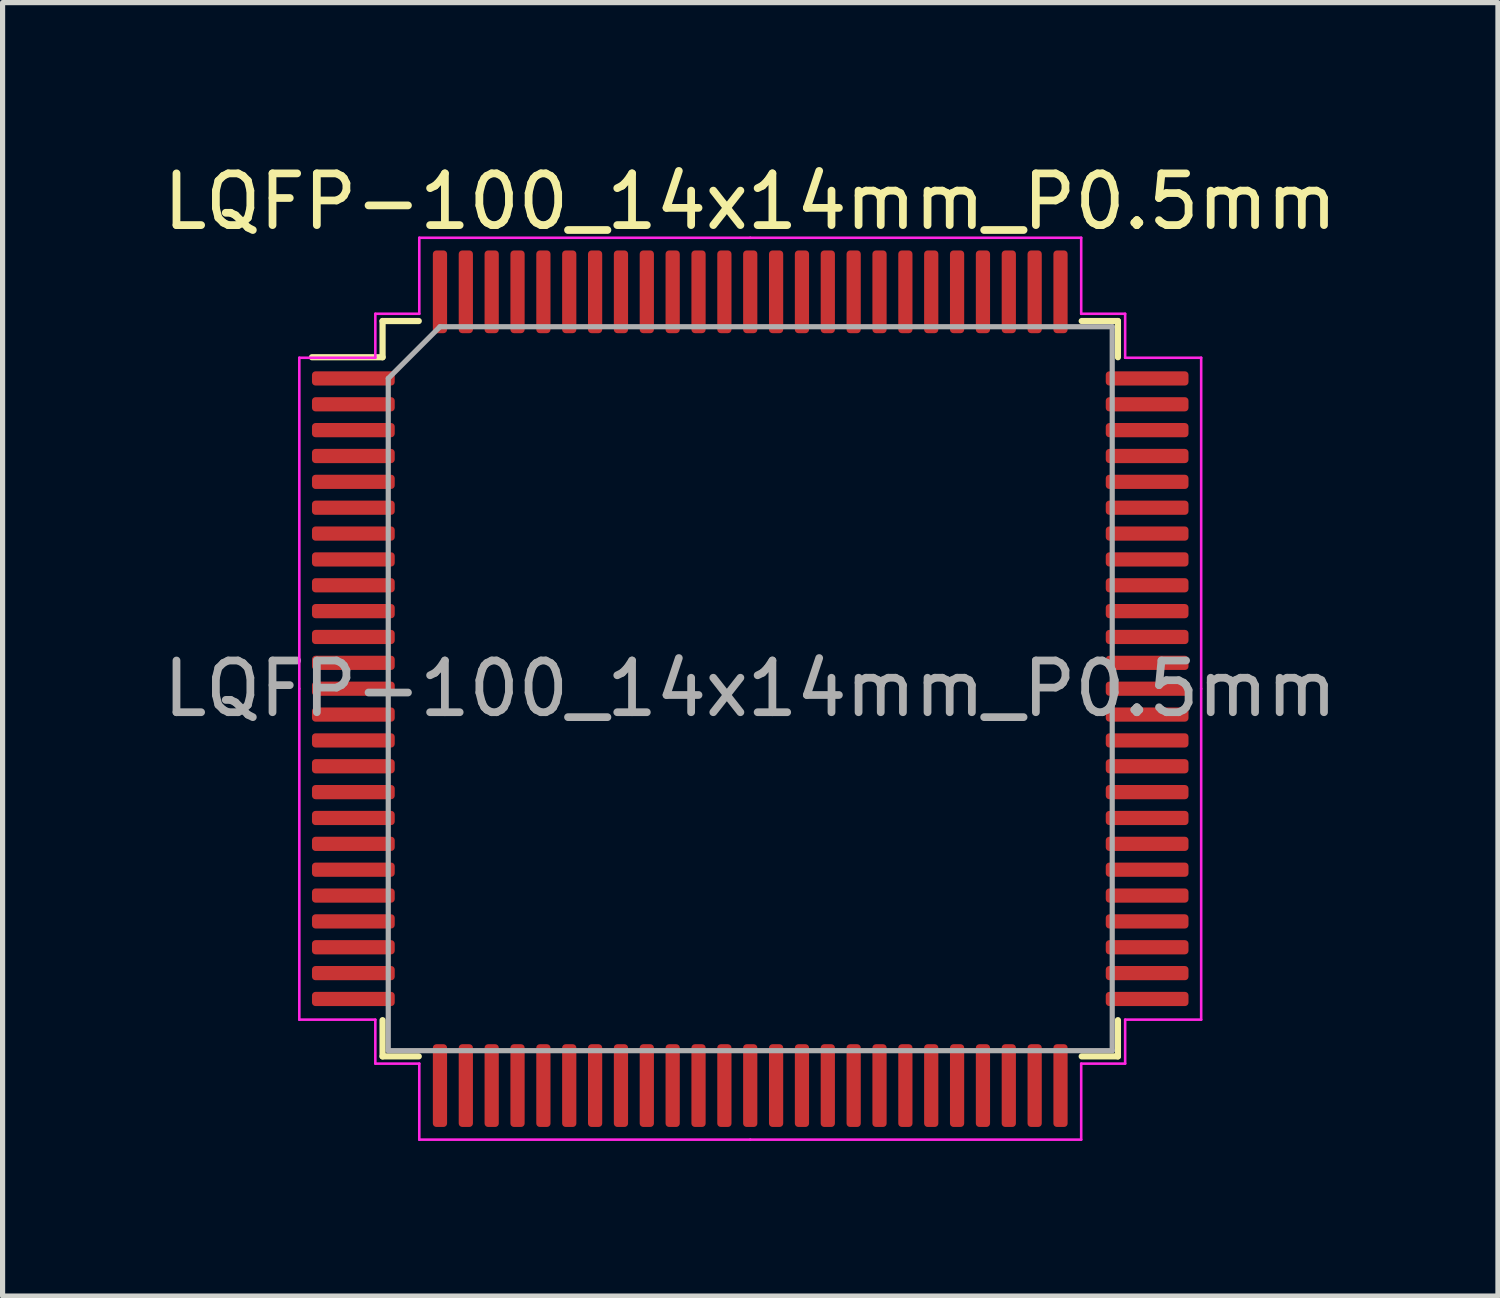
<source format=kicad_pcb>
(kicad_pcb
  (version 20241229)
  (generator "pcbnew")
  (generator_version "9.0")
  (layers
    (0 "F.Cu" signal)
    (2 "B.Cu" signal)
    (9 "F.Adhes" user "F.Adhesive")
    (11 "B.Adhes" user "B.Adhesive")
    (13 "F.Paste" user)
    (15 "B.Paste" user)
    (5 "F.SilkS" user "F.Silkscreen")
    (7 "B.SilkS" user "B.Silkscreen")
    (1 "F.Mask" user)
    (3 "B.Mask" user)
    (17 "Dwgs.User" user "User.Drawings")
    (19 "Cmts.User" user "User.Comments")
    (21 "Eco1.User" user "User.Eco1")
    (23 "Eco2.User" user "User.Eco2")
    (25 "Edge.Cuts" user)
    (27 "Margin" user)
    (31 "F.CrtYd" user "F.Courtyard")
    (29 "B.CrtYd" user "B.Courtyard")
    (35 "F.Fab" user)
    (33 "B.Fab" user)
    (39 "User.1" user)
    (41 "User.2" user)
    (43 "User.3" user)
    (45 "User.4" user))
  (footprint "LQFP-100_14x14mm_P0.5mm"
    (layer "F.Cu")
    (at 11.458 10.268)
    (property "Reference" "LQFP-100_14x14mm_P0.5mm" (at 0 -9.42 0) (layer "F.SilkS") (effects (font (size 1 1) (thickness 0.15))))
    (attr smd)
    (fp_line (start -7.11 -7.11) (end -7.11 -6.41) (stroke (width 0.12) (type solid)) (layer "F.SilkS"))
    (fp_line (start -7.11 -6.41) (end -8.475 -6.41) (stroke (width 0.12) (type solid)) (layer "F.SilkS"))
    (fp_line (start -7.11 7.11) (end -7.11 6.41) (stroke (width 0.12) (type solid)) (layer "F.SilkS"))
    (fp_line (start -6.41 -7.11) (end -7.11 -7.11) (stroke (width 0.12) (type solid)) (layer "F.SilkS"))
    (fp_line (start -6.41 7.11) (end -7.11 7.11) (stroke (width 0.12) (type solid)) (layer "F.SilkS"))
    (fp_line (start 6.41 -7.11) (end 7.11 -7.11) (stroke (width 0.12) (type solid)) (layer "F.SilkS"))
    (fp_line (start 6.41 7.11) (end 7.11 7.11) (stroke (width 0.12) (type solid)) (layer "F.SilkS"))
    (fp_line (start 7.11 -7.11) (end 7.11 -6.41) (stroke (width 0.12) (type solid)) (layer "F.SilkS"))
    (fp_line (start 7.11 7.11) (end 7.11 6.41) (stroke (width 0.12) (type solid)) (layer "F.SilkS"))
    (fp_line (start -8.72 -6.4) (end -8.72 0) (stroke (width 0.05) (type solid)) (layer "F.CrtYd"))
    (fp_line (start -8.72 6.4) (end -8.72 0) (stroke (width 0.05) (type solid)) (layer "F.CrtYd"))
    (fp_line (start -7.25 -7.25) (end -7.25 -6.4) (stroke (width 0.05) (type solid)) (layer "F.CrtYd"))
    (fp_line (start -7.25 -6.4) (end -8.72 -6.4) (stroke (width 0.05) (type solid)) (layer "F.CrtYd"))
    (fp_line (start -7.25 6.4) (end -8.72 6.4) (stroke (width 0.05) (type solid)) (layer "F.CrtYd"))
    (fp_line (start -7.25 7.25) (end -7.25 6.4) (stroke (width 0.05) (type solid)) (layer "F.CrtYd"))
    (fp_line (start -6.4 -8.72) (end -6.4 -7.25) (stroke (width 0.05) (type solid)) (layer "F.CrtYd"))
    (fp_line (start -6.4 -7.25) (end -7.25 -7.25) (stroke (width 0.05) (type solid)) (layer "F.CrtYd"))
    (fp_line (start -6.4 7.25) (end -7.25 7.25) (stroke (width 0.05) (type solid)) (layer "F.CrtYd"))
    (fp_line (start -6.4 8.72) (end -6.4 7.25) (stroke (width 0.05) (type solid)) (layer "F.CrtYd"))
    (fp_line (start 0 -8.72) (end -6.4 -8.72) (stroke (width 0.05) (type solid)) (layer "F.CrtYd"))
    (fp_line (start 0 -8.72) (end 6.4 -8.72) (stroke (width 0.05) (type solid)) (layer "F.CrtYd"))
    (fp_line (start 0 8.72) (end -6.4 8.72) (stroke (width 0.05) (type solid)) (layer "F.CrtYd"))
    (fp_line (start 0 8.72) (end 6.4 8.72) (stroke (width 0.05) (type solid)) (layer "F.CrtYd"))
    (fp_line (start 6.4 -8.72) (end 6.4 -7.25) (stroke (width 0.05) (type solid)) (layer "F.CrtYd"))
    (fp_line (start 6.4 -7.25) (end 7.25 -7.25) (stroke (width 0.05) (type solid)) (layer "F.CrtYd"))
    (fp_line (start 6.4 7.25) (end 7.25 7.25) (stroke (width 0.05) (type solid)) (layer "F.CrtYd"))
    (fp_line (start 6.4 8.72) (end 6.4 7.25) (stroke (width 0.05) (type solid)) (layer "F.CrtYd"))
    (fp_line (start 7.25 -7.25) (end 7.25 -6.4) (stroke (width 0.05) (type solid)) (layer "F.CrtYd"))
    (fp_line (start 7.25 -6.4) (end 8.72 -6.4) (stroke (width 0.05) (type solid)) (layer "F.CrtYd"))
    (fp_line (start 7.25 6.4) (end 8.72 6.4) (stroke (width 0.05) (type solid)) (layer "F.CrtYd"))
    (fp_line (start 7.25 7.25) (end 7.25 6.4) (stroke (width 0.05) (type solid)) (layer "F.CrtYd"))
    (fp_line (start 8.72 -6.4) (end 8.72 0) (stroke (width 0.05) (type solid)) (layer "F.CrtYd"))
    (fp_line (start 8.72 6.4) (end 8.72 0) (stroke (width 0.05) (type solid)) (layer "F.CrtYd"))
    (fp_line (start -7 -6) (end -6 -7) (stroke (width 0.1) (type solid)) (layer "F.Fab"))
    (fp_line (start -7 7) (end -7 -6) (stroke (width 0.1) (type solid)) (layer "F.Fab"))
    (fp_line (start -6 -7) (end 7 -7) (stroke (width 0.1) (type solid)) (layer "F.Fab"))
    (fp_line (start 7 -7) (end 7 7) (stroke (width 0.1) (type solid)) (layer "F.Fab"))
    (fp_line (start 7 7) (end -7 7) (stroke (width 0.1) (type solid)) (layer "F.Fab"))
    (fp_text user "${REFERENCE}" (at 0 0 0) (layer "F.Fab") (effects (font (size 1 1) (thickness 0.15))))
    (pad "1" smd roundrect (at -7.675 -6) (size 1.6 0.275) (layers "F.Cu" "F.Mask" "F.Paste") (roundrect_rratio 0.25))
    (pad "2" smd roundrect (at -7.675 -5.5) (size 1.6 0.275) (layers "F.Cu" "F.Mask" "F.Paste") (roundrect_rratio 0.25))
    (pad "3" smd roundrect (at -7.675 -5) (size 1.6 0.275) (layers "F.Cu" "F.Mask" "F.Paste") (roundrect_rratio 0.25))
    (pad "4" smd roundrect (at -7.675 -4.5) (size 1.6 0.275) (layers "F.Cu" "F.Mask" "F.Paste") (roundrect_rratio 0.25))
    (pad "5" smd roundrect (at -7.675 -4) (size 1.6 0.275) (layers "F.Cu" "F.Mask" "F.Paste") (roundrect_rratio 0.25))
    (pad "6" smd roundrect (at -7.675 -3.5) (size 1.6 0.275) (layers "F.Cu" "F.Mask" "F.Paste") (roundrect_rratio 0.25))
    (pad "7" smd roundrect (at -7.675 -3) (size 1.6 0.275) (layers "F.Cu" "F.Mask" "F.Paste") (roundrect_rratio 0.25))
    (pad "8" smd roundrect (at -7.675 -2.5) (size 1.6 0.275) (layers "F.Cu" "F.Mask" "F.Paste") (roundrect_rratio 0.25))
    (pad "9" smd roundrect (at -7.675 -2) (size 1.6 0.275) (layers "F.Cu" "F.Mask" "F.Paste") (roundrect_rratio 0.25))
    (pad "10" smd roundrect (at -7.675 -1.5) (size 1.6 0.275) (layers "F.Cu" "F.Mask" "F.Paste") (roundrect_rratio 0.25))
    (pad "11" smd roundrect (at -7.675 -1) (size 1.6 0.275) (layers "F.Cu" "F.Mask" "F.Paste") (roundrect_rratio 0.25))
    (pad "12" smd roundrect (at -7.675 -0.5) (size 1.6 0.275) (layers "F.Cu" "F.Mask" "F.Paste") (roundrect_rratio 0.25))
    (pad "13" smd roundrect (at -7.675 0) (size 1.6 0.275) (layers "F.Cu" "F.Mask" "F.Paste") (roundrect_rratio 0.25))
    (pad "14" smd roundrect (at -7.675 0.5) (size 1.6 0.275) (layers "F.Cu" "F.Mask" "F.Paste") (roundrect_rratio 0.25))
    (pad "15" smd roundrect (at -7.675 1) (size 1.6 0.275) (layers "F.Cu" "F.Mask" "F.Paste") (roundrect_rratio 0.25))
    (pad "16" smd roundrect (at -7.675 1.5) (size 1.6 0.275) (layers "F.Cu" "F.Mask" "F.Paste") (roundrect_rratio 0.25))
    (pad "17" smd roundrect (at -7.675 2) (size 1.6 0.275) (layers "F.Cu" "F.Mask" "F.Paste") (roundrect_rratio 0.25))
    (pad "18" smd roundrect (at -7.675 2.5) (size 1.6 0.275) (layers "F.Cu" "F.Mask" "F.Paste") (roundrect_rratio 0.25))
    (pad "19" smd roundrect (at -7.675 3) (size 1.6 0.275) (layers "F.Cu" "F.Mask" "F.Paste") (roundrect_rratio 0.25))
    (pad "20" smd roundrect (at -7.675 3.5) (size 1.6 0.275) (layers "F.Cu" "F.Mask" "F.Paste") (roundrect_rratio 0.25))
    (pad "21" smd roundrect (at -7.675 4) (size 1.6 0.275) (layers "F.Cu" "F.Mask" "F.Paste") (roundrect_rratio 0.25))
    (pad "22" smd roundrect (at -7.675 4.5) (size 1.6 0.275) (layers "F.Cu" "F.Mask" "F.Paste") (roundrect_rratio 0.25))
    (pad "23" smd roundrect (at -7.675 5) (size 1.6 0.275) (layers "F.Cu" "F.Mask" "F.Paste") (roundrect_rratio 0.25))
    (pad "24" smd roundrect (at -7.675 5.5) (size 1.6 0.275) (layers "F.Cu" "F.Mask" "F.Paste") (roundrect_rratio 0.25))
    (pad "25" smd roundrect (at -7.675 6) (size 1.6 0.275) (layers "F.Cu" "F.Mask" "F.Paste") (roundrect_rratio 0.25))
    (pad "26" smd roundrect (at -6 7.675) (size 0.275 1.6) (layers "F.Cu" "F.Mask" "F.Paste") (roundrect_rratio 0.25))
    (pad "27" smd roundrect (at -5.5 7.675) (size 0.275 1.6) (layers "F.Cu" "F.Mask" "F.Paste") (roundrect_rratio 0.25))
    (pad "28" smd roundrect (at -5 7.675) (size 0.275 1.6) (layers "F.Cu" "F.Mask" "F.Paste") (roundrect_rratio 0.25))
    (pad "29" smd roundrect (at -4.5 7.675) (size 0.275 1.6) (layers "F.Cu" "F.Mask" "F.Paste") (roundrect_rratio 0.25))
    (pad "30" smd roundrect (at -4 7.675) (size 0.275 1.6) (layers "F.Cu" "F.Mask" "F.Paste") (roundrect_rratio 0.25))
    (pad "31" smd roundrect (at -3.5 7.675) (size 0.275 1.6) (layers "F.Cu" "F.Mask" "F.Paste") (roundrect_rratio 0.25))
    (pad "32" smd roundrect (at -3 7.675) (size 0.275 1.6) (layers "F.Cu" "F.Mask" "F.Paste") (roundrect_rratio 0.25))
    (pad "33" smd roundrect (at -2.5 7.675) (size 0.275 1.6) (layers "F.Cu" "F.Mask" "F.Paste") (roundrect_rratio 0.25))
    (pad "34" smd roundrect (at -2 7.675) (size 0.275 1.6) (layers "F.Cu" "F.Mask" "F.Paste") (roundrect_rratio 0.25))
    (pad "35" smd roundrect (at -1.5 7.675) (size 0.275 1.6) (layers "F.Cu" "F.Mask" "F.Paste") (roundrect_rratio 0.25))
    (pad "36" smd roundrect (at -1 7.675) (size 0.275 1.6) (layers "F.Cu" "F.Mask" "F.Paste") (roundrect_rratio 0.25))
    (pad "37" smd roundrect (at -0.5 7.675) (size 0.275 1.6) (layers "F.Cu" "F.Mask" "F.Paste") (roundrect_rratio 0.25))
    (pad "38" smd roundrect (at 0 7.675) (size 0.275 1.6) (layers "F.Cu" "F.Mask" "F.Paste") (roundrect_rratio 0.25))
    (pad "39" smd roundrect (at 0.5 7.675) (size 0.275 1.6) (layers "F.Cu" "F.Mask" "F.Paste") (roundrect_rratio 0.25))
    (pad "40" smd roundrect (at 1 7.675) (size 0.275 1.6) (layers "F.Cu" "F.Mask" "F.Paste") (roundrect_rratio 0.25))
    (pad "41" smd roundrect (at 1.5 7.675) (size 0.275 1.6) (layers "F.Cu" "F.Mask" "F.Paste") (roundrect_rratio 0.25))
    (pad "42" smd roundrect (at 2 7.675) (size 0.275 1.6) (layers "F.Cu" "F.Mask" "F.Paste") (roundrect_rratio 0.25))
    (pad "43" smd roundrect (at 2.5 7.675) (size 0.275 1.6) (layers "F.Cu" "F.Mask" "F.Paste") (roundrect_rratio 0.25))
    (pad "44" smd roundrect (at 3 7.675) (size 0.275 1.6) (layers "F.Cu" "F.Mask" "F.Paste") (roundrect_rratio 0.25))
    (pad "45" smd roundrect (at 3.5 7.675) (size 0.275 1.6) (layers "F.Cu" "F.Mask" "F.Paste") (roundrect_rratio 0.25))
    (pad "46" smd roundrect (at 4 7.675) (size 0.275 1.6) (layers "F.Cu" "F.Mask" "F.Paste") (roundrect_rratio 0.25))
    (pad "47" smd roundrect (at 4.5 7.675) (size 0.275 1.6) (layers "F.Cu" "F.Mask" "F.Paste") (roundrect_rratio 0.25))
    (pad "48" smd roundrect (at 5 7.675) (size 0.275 1.6) (layers "F.Cu" "F.Mask" "F.Paste") (roundrect_rratio 0.25))
    (pad "49" smd roundrect (at 5.5 7.675) (size 0.275 1.6) (layers "F.Cu" "F.Mask" "F.Paste") (roundrect_rratio 0.25))
    (pad "50" smd roundrect (at 6 7.675) (size 0.275 1.6) (layers "F.Cu" "F.Mask" "F.Paste") (roundrect_rratio 0.25))
    (pad "51" smd roundrect (at 7.675 6) (size 1.6 0.275) (layers "F.Cu" "F.Mask" "F.Paste") (roundrect_rratio 0.25))
    (pad "52" smd roundrect (at 7.675 5.5) (size 1.6 0.275) (layers "F.Cu" "F.Mask" "F.Paste") (roundrect_rratio 0.25))
    (pad "53" smd roundrect (at 7.675 5) (size 1.6 0.275) (layers "F.Cu" "F.Mask" "F.Paste") (roundrect_rratio 0.25))
    (pad "54" smd roundrect (at 7.675 4.5) (size 1.6 0.275) (layers "F.Cu" "F.Mask" "F.Paste") (roundrect_rratio 0.25))
    (pad "55" smd roundrect (at 7.675 4) (size 1.6 0.275) (layers "F.Cu" "F.Mask" "F.Paste") (roundrect_rratio 0.25))
    (pad "56" smd roundrect (at 7.675 3.5) (size 1.6 0.275) (layers "F.Cu" "F.Mask" "F.Paste") (roundrect_rratio 0.25))
    (pad "57" smd roundrect (at 7.675 3) (size 1.6 0.275) (layers "F.Cu" "F.Mask" "F.Paste") (roundrect_rratio 0.25))
    (pad "58" smd roundrect (at 7.675 2.5) (size 1.6 0.275) (layers "F.Cu" "F.Mask" "F.Paste") (roundrect_rratio 0.25))
    (pad "59" smd roundrect (at 7.675 2) (size 1.6 0.275) (layers "F.Cu" "F.Mask" "F.Paste") (roundrect_rratio 0.25))
    (pad "60" smd roundrect (at 7.675 1.5) (size 1.6 0.275) (layers "F.Cu" "F.Mask" "F.Paste") (roundrect_rratio 0.25))
    (pad "61" smd roundrect (at 7.675 1) (size 1.6 0.275) (layers "F.Cu" "F.Mask" "F.Paste") (roundrect_rratio 0.25))
    (pad "62" smd roundrect (at 7.675 0.5) (size 1.6 0.275) (layers "F.Cu" "F.Mask" "F.Paste") (roundrect_rratio 0.25))
    (pad "63" smd roundrect (at 7.675 0) (size 1.6 0.275) (layers "F.Cu" "F.Mask" "F.Paste") (roundrect_rratio 0.25))
    (pad "64" smd roundrect (at 7.675 -0.5) (size 1.6 0.275) (layers "F.Cu" "F.Mask" "F.Paste") (roundrect_rratio 0.25))
    (pad "65" smd roundrect (at 7.675 -1) (size 1.6 0.275) (layers "F.Cu" "F.Mask" "F.Paste") (roundrect_rratio 0.25))
    (pad "66" smd roundrect (at 7.675 -1.5) (size 1.6 0.275) (layers "F.Cu" "F.Mask" "F.Paste") (roundrect_rratio 0.25))
    (pad "67" smd roundrect (at 7.675 -2) (size 1.6 0.275) (layers "F.Cu" "F.Mask" "F.Paste") (roundrect_rratio 0.25))
    (pad "68" smd roundrect (at 7.675 -2.5) (size 1.6 0.275) (layers "F.Cu" "F.Mask" "F.Paste") (roundrect_rratio 0.25))
    (pad "69" smd roundrect (at 7.675 -3) (size 1.6 0.275) (layers "F.Cu" "F.Mask" "F.Paste") (roundrect_rratio 0.25))
    (pad "70" smd roundrect (at 7.675 -3.5) (size 1.6 0.275) (layers "F.Cu" "F.Mask" "F.Paste") (roundrect_rratio 0.25))
    (pad "71" smd roundrect (at 7.675 -4) (size 1.6 0.275) (layers "F.Cu" "F.Mask" "F.Paste") (roundrect_rratio 0.25))
    (pad "72" smd roundrect (at 7.675 -4.5) (size 1.6 0.275) (layers "F.Cu" "F.Mask" "F.Paste") (roundrect_rratio 0.25))
    (pad "73" smd roundrect (at 7.675 -5) (size 1.6 0.275) (layers "F.Cu" "F.Mask" "F.Paste") (roundrect_rratio 0.25))
    (pad "74" smd roundrect (at 7.675 -5.5) (size 1.6 0.275) (layers "F.Cu" "F.Mask" "F.Paste") (roundrect_rratio 0.25))
    (pad "75" smd roundrect (at 7.675 -6) (size 1.6 0.275) (layers "F.Cu" "F.Mask" "F.Paste") (roundrect_rratio 0.25))
    (pad "76" smd roundrect (at 6 -7.675) (size 0.275 1.6) (layers "F.Cu" "F.Mask" "F.Paste") (roundrect_rratio 0.25))
    (pad "77" smd roundrect (at 5.5 -7.675) (size 0.275 1.6) (layers "F.Cu" "F.Mask" "F.Paste") (roundrect_rratio 0.25))
    (pad "78" smd roundrect (at 5 -7.675) (size 0.275 1.6) (layers "F.Cu" "F.Mask" "F.Paste") (roundrect_rratio 0.25))
    (pad "79" smd roundrect (at 4.5 -7.675) (size 0.275 1.6) (layers "F.Cu" "F.Mask" "F.Paste") (roundrect_rratio 0.25))
    (pad "80" smd roundrect (at 4 -7.675) (size 0.275 1.6) (layers "F.Cu" "F.Mask" "F.Paste") (roundrect_rratio 0.25))
    (pad "81" smd roundrect (at 3.5 -7.675) (size 0.275 1.6) (layers "F.Cu" "F.Mask" "F.Paste") (roundrect_rratio 0.25))
    (pad "82" smd roundrect (at 3 -7.675) (size 0.275 1.6) (layers "F.Cu" "F.Mask" "F.Paste") (roundrect_rratio 0.25))
    (pad "83" smd roundrect (at 2.5 -7.675) (size 0.275 1.6) (layers "F.Cu" "F.Mask" "F.Paste") (roundrect_rratio 0.25))
    (pad "84" smd roundrect (at 2 -7.675) (size 0.275 1.6) (layers "F.Cu" "F.Mask" "F.Paste") (roundrect_rratio 0.25))
    (pad "85" smd roundrect (at 1.5 -7.675) (size 0.275 1.6) (layers "F.Cu" "F.Mask" "F.Paste") (roundrect_rratio 0.25))
    (pad "86" smd roundrect (at 1 -7.675) (size 0.275 1.6) (layers "F.Cu" "F.Mask" "F.Paste") (roundrect_rratio 0.25))
    (pad "87" smd roundrect (at 0.5 -7.675) (size 0.275 1.6) (layers "F.Cu" "F.Mask" "F.Paste") (roundrect_rratio 0.25))
    (pad "88" smd roundrect (at 0 -7.675) (size 0.275 1.6) (layers "F.Cu" "F.Mask" "F.Paste") (roundrect_rratio 0.25))
    (pad "89" smd roundrect (at -0.5 -7.675) (size 0.275 1.6) (layers "F.Cu" "F.Mask" "F.Paste") (roundrect_rratio 0.25))
    (pad "90" smd roundrect (at -1 -7.675) (size 0.275 1.6) (layers "F.Cu" "F.Mask" "F.Paste") (roundrect_rratio 0.25))
    (pad "91" smd roundrect (at -1.5 -7.675) (size 0.275 1.6) (layers "F.Cu" "F.Mask" "F.Paste") (roundrect_rratio 0.25))
    (pad "92" smd roundrect (at -2 -7.675) (size 0.275 1.6) (layers "F.Cu" "F.Mask" "F.Paste") (roundrect_rratio 0.25))
    (pad "93" smd roundrect (at -2.5 -7.675) (size 0.275 1.6) (layers "F.Cu" "F.Mask" "F.Paste") (roundrect_rratio 0.25))
    (pad "94" smd roundrect (at -3 -7.675) (size 0.275 1.6) (layers "F.Cu" "F.Mask" "F.Paste") (roundrect_rratio 0.25))
    (pad "95" smd roundrect (at -3.5 -7.675) (size 0.275 1.6) (layers "F.Cu" "F.Mask" "F.Paste") (roundrect_rratio 0.25))
    (pad "96" smd roundrect (at -4 -7.675) (size 0.275 1.6) (layers "F.Cu" "F.Mask" "F.Paste") (roundrect_rratio 0.25))
    (pad "97" smd roundrect (at -4.5 -7.675) (size 0.275 1.6) (layers "F.Cu" "F.Mask" "F.Paste") (roundrect_rratio 0.25))
    (pad "98" smd roundrect (at -5 -7.675) (size 0.275 1.6) (layers "F.Cu" "F.Mask" "F.Paste") (roundrect_rratio 0.25))
    (pad "99" smd roundrect (at -5.5 -7.675) (size 0.275 1.6) (layers "F.Cu" "F.Mask" "F.Paste") (roundrect_rratio 0.25))
    (pad "100" smd roundrect (at -6 -7.675) (size 0.275 1.6) (layers "F.Cu" "F.Mask" "F.Paste") (roundrect_rratio 0.25)))
  (gr_rect
    (start -3 -3)
    (end 25.917 22.013)
    (stroke (width 0.1) (type default))
    (fill no)
    (layer "Edge.Cuts")))
</source>
